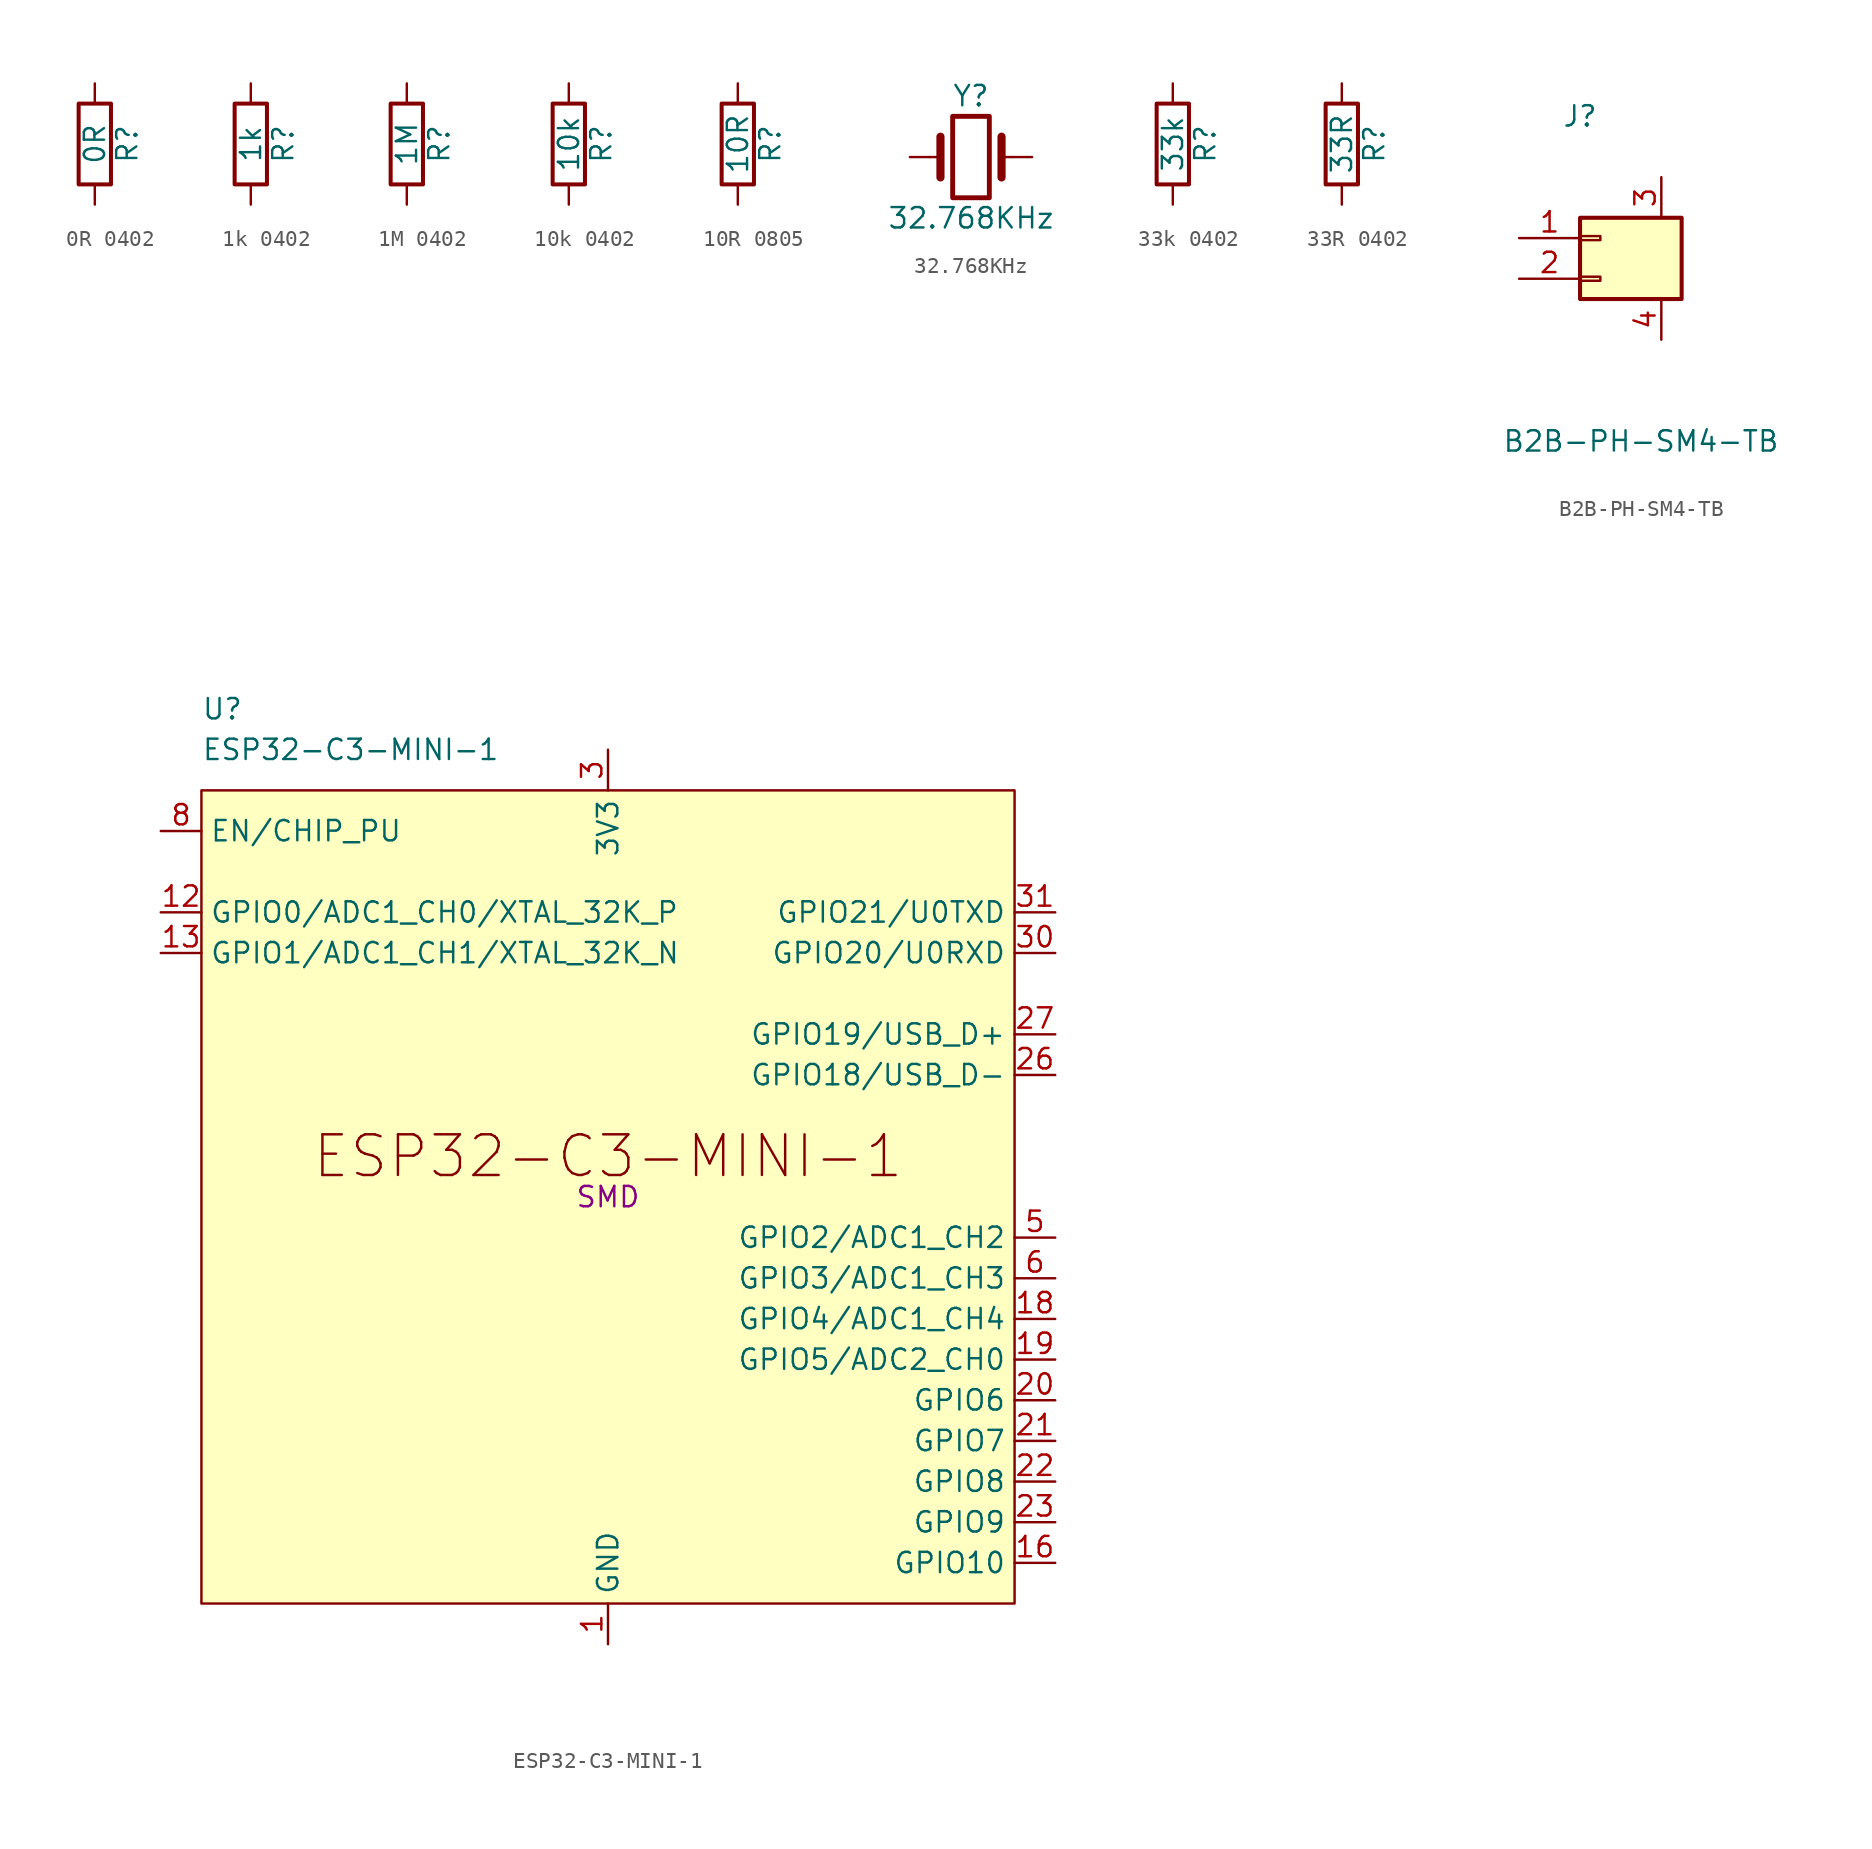
<source format=kicad_sym>
(kicad_symbol_lib
  (version 20231120)
  (generator "kicad_symbol_editor")
  (generator_version "8.0")
  (symbol "0R 0402"
    (pin_numbers hide)
    (pin_names
      (offset 0))
    (property "Reference" "R"
      (at 2.032 0 90)
      (effects (font (size 1.27 1.27))))
    (property "Value" "0R"
      (at 0 0 90)
      (effects (font (size 1.27 1.27))))
    (symbol "0R 0402_0_1"
      (rectangle (start -1.016 -2.54) (end 1.016 2.54) (stroke (width 0.254) (type default)) (fill (type none))))
    (symbol "0R 0402_1_1"
      (pin passive line (at 0 3.81 270) (length 1.27) (name "~" (effects (font (size 1.27 1.27)))) (number "1" (effects (font (size 1.27 1.27)))))
      (pin passive line (at 0 -3.81 90) (length 1.27) (name "~" (effects (font (size 1.27 1.27)))) (number "2" (effects (font (size 1.27 1.27)))))))
  (symbol "1k 0402"
    (pin_numbers hide)
    (pin_names
      (offset 0))
    (property "Reference" "R"
      (at 2.032 0 90)
      (effects (font (size 1.27 1.27))))
    (property "Value" "1k"
      (at 0 0 90)
      (effects (font (size 1.27 1.27))))
    (symbol "1k 0402_0_1"
      (rectangle (start -1.016 -2.54) (end 1.016 2.54) (stroke (width 0.254) (type default)) (fill (type none))))
    (symbol "1k 0402_1_1"
      (pin passive line (at 0 3.81 270) (length 1.27) (name "~" (effects (font (size 1.27 1.27)))) (number "1" (effects (font (size 1.27 1.27)))))
      (pin passive line (at 0 -3.81 90) (length 1.27) (name "~" (effects (font (size 1.27 1.27)))) (number "2" (effects (font (size 1.27 1.27)))))))
  (symbol "1M 0402"
    (pin_numbers hide)
    (pin_names
      (offset 0))
    (property "Reference" "R"
      (at 2.032 0 90)
      (effects (font (size 1.27 1.27))))
    (property "Value" "1M"
      (at 0 0 90)
      (effects (font (size 1.27 1.27))))
    (symbol "1M 0402_0_1"
      (rectangle (start -1.016 -2.54) (end 1.016 2.54) (stroke (width 0.254) (type default)) (fill (type none))))
    (symbol "1M 0402_1_1"
      (pin passive line (at 0 3.81 270) (length 1.27) (name "~" (effects (font (size 1.27 1.27)))) (number "1" (effects (font (size 1.27 1.27)))))
      (pin passive line (at 0 -3.81 90) (length 1.27) (name "~" (effects (font (size 1.27 1.27)))) (number "2" (effects (font (size 1.27 1.27)))))))
  (symbol "10k 0402"
    (pin_numbers hide)
    (pin_names
      (offset 0))
    (property "Reference" "R"
      (at 2.032 0 90)
      (effects (font (size 1.27 1.27))))
    (property "Value" "10k"
      (at 0 0 90)
      (effects (font (size 1.27 1.27))))
    (symbol "10k 0402_0_1"
      (rectangle (start -1.016 -2.54) (end 1.016 2.54) (stroke (width 0.254) (type default)) (fill (type none))))
    (symbol "10k 0402_1_1"
      (pin passive line (at 0 3.81 270) (length 1.27) (name "~" (effects (font (size 1.27 1.27)))) (number "1" (effects (font (size 1.27 1.27)))))
      (pin passive line (at 0 -3.81 90) (length 1.27) (name "~" (effects (font (size 1.27 1.27)))) (number "2" (effects (font (size 1.27 1.27)))))))
  (symbol "10R 0805"
    (pin_numbers hide)
    (pin_names
      (offset 0))
    (property "Reference" "R"
      (at 2.032 0 90)
      (effects (font (size 1.27 1.27))))
    (property "Value" "10R"
      (at 0 0 90)
      (effects (font (size 1.27 1.27))))
    (symbol "10R 0805_0_1"
      (rectangle (start -1.016 -2.54) (end 1.016 2.54) (stroke (width 0.254) (type default)) (fill (type none))))
    (symbol "10R 0805_1_1"
      (pin passive line (at 0 3.81 270) (length 1.27) (name "~" (effects (font (size 1.27 1.27)))) (number "1" (effects (font (size 1.27 1.27)))))
      (pin passive line (at 0 -3.81 90) (length 1.27) (name "~" (effects (font (size 1.27 1.27)))) (number "2" (effects (font (size 1.27 1.27)))))))
  (symbol "32.768KHz"
    (pin_numbers hide)
    (pin_names
      (offset 1.016) hide)
    (property "Reference" "Y"
      (at 0 3.81 0)
      (effects (font (size 1.27 1.27))))
    (property "Value" "32.768KHz"
      (at 0 -3.81 0)
      (effects (font (size 1.27 1.27))))
    (symbol "32.768KHz_0_1"
      (rectangle (start -1.143 2.54) (end 1.143 -2.54) (stroke (width 0.305) (type default)) (fill (type none)))
      (polyline (pts (xy -2.54 0) (xy -1.905 0)) (stroke (width 0) (type default)) (fill (type none)))
      (polyline (pts (xy -1.905 -1.27) (xy -1.905 1.27)) (stroke (width 0.508) (type default)) (fill (type none)))
      (polyline (pts (xy 1.905 -1.27) (xy 1.905 1.27)) (stroke (width 0.508) (type default)) (fill (type none)))
      (polyline (pts (xy 2.54 0) (xy 1.905 0)) (stroke (width 0) (type default)) (fill (type none))))
    (symbol "32.768KHz_1_1"
      (pin passive line (at -3.81 0 0) (length 1.27) (name "1" (effects (font (size 1.27 1.27)))) (number "1" (effects (font (size 1.27 1.27)))))
      (pin passive line (at 3.81 0 180) (length 1.27) (name "2" (effects (font (size 1.27 1.27)))) (number "2" (effects (font (size 1.27 1.27)))))))
  (symbol "33k 0402"
    (pin_numbers hide)
    (pin_names
      (offset 0))
    (property "Reference" "R"
      (at 2.032 0 90)
      (effects (font (size 1.27 1.27))))
    (property "Value" "33k"
      (at 0 0 90)
      (effects (font (size 1.27 1.27))))
    (symbol "33k 0402_0_1"
      (rectangle (start -1.016 -2.54) (end 1.016 2.54) (stroke (width 0.254) (type default)) (fill (type none))))
    (symbol "33k 0402_1_1"
      (pin passive line (at 0 3.81 270) (length 1.27) (name "~" (effects (font (size 1.27 1.27)))) (number "1" (effects (font (size 1.27 1.27)))))
      (pin passive line (at 0 -3.81 90) (length 1.27) (name "~" (effects (font (size 1.27 1.27)))) (number "2" (effects (font (size 1.27 1.27)))))))
  (symbol "33R 0402"
    (pin_numbers hide)
    (pin_names
      (offset 0))
    (property "Reference" "R"
      (at 2.032 0 90)
      (effects (font (size 1.27 1.27))))
    (property "Value" "33R"
      (at 0 0 90)
      (effects (font (size 1.27 1.27))))
    (symbol "33R 0402_0_1"
      (rectangle (start -1.016 -2.54) (end 1.016 2.54) (stroke (width 0.254) (type default)) (fill (type none))))
    (symbol "33R 0402_1_1"
      (pin passive line (at 0 3.81 270) (length 1.27) (name "~" (effects (font (size 1.27 1.27)))) (number "1" (effects (font (size 1.27 1.27)))))
      (pin passive line (at 0 -3.81 90) (length 1.27) (name "~" (effects (font (size 1.27 1.27)))) (number "2" (effects (font (size 1.27 1.27)))))))
  (symbol "B2B-PH-SM4-TB"
    (pin_names
      (offset 1.016) hide)
    (property "Reference" "J"
      (at 0 7.62 0)
      (effects (font (size 1.27 1.27))))
    (property "Value" "B2B-PH-SM4-TB"
      (at 3.81 -12.7 0)
      (effects (font (size 1.27 1.27))))
    (symbol "B2B-PH-SM4-TB_1_1"
      (rectangle (start 0 -2.413) (end 1.27 -2.667) (stroke (width 0.152) (type default)) (fill (type none)))
      (rectangle (start 0 0.127) (end 1.27 -0.127) (stroke (width 0.152) (type default)) (fill (type none)))
      (rectangle (start 0 1.27) (end 6.35 -3.81) (stroke (width 0.254) (type default)) (fill (type background)))
      (pin passive line (at -3.81 0 0) (length 3.81) (name "Pin_1" (effects (font (size 1.27 1.27)))) (number "1" (effects (font (size 1.27 1.27)))))
      (pin passive line (at -3.81 -2.54 0) (length 3.81) (name "Pin_2" (effects (font (size 1.27 1.27)))) (number "2" (effects (font (size 1.27 1.27)))))
      (pin passive line (at 5.08 3.81 270) (length 2.54) (name "3" (effects (font (size 1.27 1.27)))) (number "3" (effects (font (size 1.27 1.27)))))
      (pin passive line (at 5.08 -6.35 90) (length 2.54) (name "4" (effects (font (size 1.27 1.27)))) (number "4" (effects (font (size 1.27 1.27)))))))
  (symbol "ESP32-C3-MINI-1"
    (property "Reference" "U"
      (at -25.4 30.48 0)
      (effects (font (size 1.27 1.27)) (justify left)))
    (property "Value" "ESP32-C3-MINI-1"
      (at -25.4 27.94 0)
      (effects (font (size 1.27 1.27)) (justify left)))
    (property "Type" "SMD"
      (at 0 0 0)
      (effects (font (size 1.27 1.27))))
    (symbol "ESP32-C3-MINI-1_0_0"
      (text "ESP32-C3-MINI-1" (at 0 2.54 0) (effects (font (size 2.54 2.54)))))
    (symbol "ESP32-C3-MINI-1_0_1"
      (rectangle (start -25.4 25.4) (end 25.4 -25.4) (stroke (width 0) (type default)) (fill (type background))))
    (symbol "ESP32-C3-MINI-1_1_1"
      (pin power_in line (at 0 -27.94 90) (length 2.54) (name "GND" (effects (font (size 1.27 1.27)))) (number "1" (effects (font (size 1.27 1.27)))))
      (pin no_connect line (at -25.4 2.54 0) (length 2.54) hide (name "NC" (effects (font (size 1.27 1.27)))) (number "10" (effects (font (size 1.27 1.27)))))
      (pin passive line (at 0 -27.94 90) (length 2.54) hide (name "GND" (effects (font (size 1.27 1.27)))) (number "11" (effects (font (size 1.27 1.27)))))
      (pin bidirectional line (at -27.94 17.78 0) (length 2.54) (name "GPIO0/ADC1_CH0/XTAL_32K_P" (effects (font (size 1.27 1.27)))) (number "12" (effects (font (size 1.27 1.27)))))
      (pin bidirectional line (at -27.94 15.24 0) (length 2.54) (name "GPIO1/ADC1_CH1/XTAL_32K_N" (effects (font (size 1.27 1.27)))) (number "13" (effects (font (size 1.27 1.27)))))
      (pin passive line (at 0 -27.94 90) (length 2.54) hide (name "GND" (effects (font (size 1.27 1.27)))) (number "14" (effects (font (size 1.27 1.27)))))
      (pin no_connect line (at -25.4 0 0) (length 2.54) hide (name "NC" (effects (font (size 1.27 1.27)))) (number "15" (effects (font (size 1.27 1.27)))))
      (pin bidirectional line (at 27.94 -22.86 180) (length 2.54) (name "GPIO10" (effects (font (size 1.27 1.27)))) (number "16" (effects (font (size 1.27 1.27)))))
      (pin no_connect line (at -25.4 -2.54 0) (length 2.54) hide (name "NC" (effects (font (size 1.27 1.27)))) (number "17" (effects (font (size 1.27 1.27)))))
      (pin bidirectional line (at 27.94 -7.62 180) (length 2.54) (name "GPIO4/ADC1_CH4" (effects (font (size 1.27 1.27)))) (number "18" (effects (font (size 1.27 1.27)))))
      (pin bidirectional line (at 27.94 -10.16 180) (length 2.54) (name "GPIO5/ADC2_CH0" (effects (font (size 1.27 1.27)))) (number "19" (effects (font (size 1.27 1.27)))))
      (pin passive line (at 0 -27.94 90) (length 2.54) hide (name "GND" (effects (font (size 1.27 1.27)))) (number "2" (effects (font (size 1.27 1.27)))))
      (pin bidirectional line (at 27.94 -12.7 180) (length 2.54) (name "GPIO6" (effects (font (size 1.27 1.27)))) (number "20" (effects (font (size 1.27 1.27)))))
      (pin bidirectional line (at 27.94 -15.24 180) (length 2.54) (name "GPIO7" (effects (font (size 1.27 1.27)))) (number "21" (effects (font (size 1.27 1.27)))))
      (pin bidirectional line (at 27.94 -17.78 180) (length 2.54) (name "GPIO8" (effects (font (size 1.27 1.27)))) (number "22" (effects (font (size 1.27 1.27)))))
      (pin bidirectional line (at 27.94 -20.32 180) (length 2.54) (name "GPIO9" (effects (font (size 1.27 1.27)))) (number "23" (effects (font (size 1.27 1.27)))))
      (pin no_connect line (at -25.4 -5.08 0) (length 2.54) hide (name "NC" (effects (font (size 1.27 1.27)))) (number "24" (effects (font (size 1.27 1.27)))))
      (pin no_connect line (at -25.4 -7.62 0) (length 2.54) hide (name "NC" (effects (font (size 1.27 1.27)))) (number "25" (effects (font (size 1.27 1.27)))))
      (pin bidirectional line (at 27.94 7.62 180) (length 2.54) (name "GPIO18/USB_D-" (effects (font (size 1.27 1.27)))) (number "26" (effects (font (size 1.27 1.27)))))
      (pin bidirectional line (at 27.94 10.16 180) (length 2.54) (name "GPIO19/USB_D+" (effects (font (size 1.27 1.27)))) (number "27" (effects (font (size 1.27 1.27)))))
      (pin no_connect line (at -25.4 -10.16 0) (length 2.54) hide (name "NC" (effects (font (size 1.27 1.27)))) (number "28" (effects (font (size 1.27 1.27)))))
      (pin no_connect line (at -25.4 -12.7 0) (length 2.54) hide (name "NC" (effects (font (size 1.27 1.27)))) (number "29" (effects (font (size 1.27 1.27)))))
      (pin power_in line (at 0 27.94 270) (length 2.54) (name "3V3" (effects (font (size 1.27 1.27)))) (number "3" (effects (font (size 1.27 1.27)))))
      (pin bidirectional line (at 27.94 15.24 180) (length 2.54) (name "GPIO20/U0RXD" (effects (font (size 1.27 1.27)))) (number "30" (effects (font (size 1.27 1.27)))))
      (pin bidirectional line (at 27.94 17.78 180) (length 2.54) (name "GPIO21/U0TXD" (effects (font (size 1.27 1.27)))) (number "31" (effects (font (size 1.27 1.27)))))
      (pin no_connect line (at -25.4 -15.24 0) (length 2.54) hide (name "NC" (effects (font (size 1.27 1.27)))) (number "32" (effects (font (size 1.27 1.27)))))
      (pin no_connect line (at -25.4 -17.78 0) (length 2.54) hide (name "NC" (effects (font (size 1.27 1.27)))) (number "33" (effects (font (size 1.27 1.27)))))
      (pin no_connect line (at -25.4 -20.32 0) (length 2.54) hide (name "NC" (effects (font (size 1.27 1.27)))) (number "34" (effects (font (size 1.27 1.27)))))
      (pin no_connect line (at -25.4 -22.86 0) (length 2.54) hide (name "NC" (effects (font (size 1.27 1.27)))) (number "35" (effects (font (size 1.27 1.27)))))
      (pin passive line (at 0 -27.94 90) (length 2.54) hide (name "GND" (effects (font (size 1.27 1.27)))) (number "36" (effects (font (size 1.27 1.27)))))
      (pin passive line (at 0 -27.94 90) (length 2.54) hide (name "GND" (effects (font (size 1.27 1.27)))) (number "37" (effects (font (size 1.27 1.27)))))
      (pin passive line (at 0 -27.94 90) (length 2.54) hide (name "GND" (effects (font (size 1.27 1.27)))) (number "38" (effects (font (size 1.27 1.27)))))
      (pin passive line (at 0 -27.94 90) (length 2.54) hide (name "GND" (effects (font (size 1.27 1.27)))) (number "39" (effects (font (size 1.27 1.27)))))
      (pin no_connect line (at -25.4 10.16 0) (length 2.54) hide (name "NC" (effects (font (size 1.27 1.27)))) (number "4" (effects (font (size 1.27 1.27)))))
      (pin passive line (at 0 -27.94 90) (length 2.54) hide (name "GND" (effects (font (size 1.27 1.27)))) (number "40" (effects (font (size 1.27 1.27)))))
      (pin passive line (at 0 -27.94 90) (length 2.54) hide (name "GND" (effects (font (size 1.27 1.27)))) (number "41" (effects (font (size 1.27 1.27)))))
      (pin passive line (at 0 -27.94 90) (length 2.54) hide (name "GND" (effects (font (size 1.27 1.27)))) (number "42" (effects (font (size 1.27 1.27)))))
      (pin passive line (at 0 -27.94 90) (length 2.54) hide (name "GND" (effects (font (size 1.27 1.27)))) (number "43" (effects (font (size 1.27 1.27)))))
      (pin passive line (at 0 -27.94 90) (length 2.54) hide (name "GND" (effects (font (size 1.27 1.27)))) (number "44" (effects (font (size 1.27 1.27)))))
      (pin passive line (at 0 -27.94 90) (length 2.54) hide (name "GND" (effects (font (size 1.27 1.27)))) (number "45" (effects (font (size 1.27 1.27)))))
      (pin passive line (at 0 -27.94 90) (length 2.54) hide (name "GND" (effects (font (size 1.27 1.27)))) (number "46" (effects (font (size 1.27 1.27)))))
      (pin passive line (at 0 -27.94 90) (length 2.54) hide (name "GND" (effects (font (size 1.27 1.27)))) (number "47" (effects (font (size 1.27 1.27)))))
      (pin passive line (at 0 -27.94 90) (length 2.54) hide (name "GND" (effects (font (size 1.27 1.27)))) (number "48" (effects (font (size 1.27 1.27)))))
      (pin passive line (at 0 -27.94 90) (length 2.54) hide (name "GND" (effects (font (size 1.27 1.27)))) (number "49" (effects (font (size 1.27 1.27)))))
      (pin bidirectional line (at 27.94 -2.54 180) (length 2.54) (name "GPIO2/ADC1_CH2" (effects (font (size 1.27 1.27)))) (number "5" (effects (font (size 1.27 1.27)))))
      (pin passive line (at 0 -27.94 90) (length 2.54) hide (name "GND" (effects (font (size 1.27 1.27)))) (number "50" (effects (font (size 1.27 1.27)))))
      (pin passive line (at 0 -27.94 90) (length 2.54) hide (name "GND" (effects (font (size 1.27 1.27)))) (number "51" (effects (font (size 1.27 1.27)))))
      (pin passive line (at 0 -27.94 90) (length 2.54) hide (name "GND" (effects (font (size 1.27 1.27)))) (number "52" (effects (font (size 1.27 1.27)))))
      (pin passive line (at 0 -27.94 90) (length 2.54) hide (name "GND" (effects (font (size 1.27 1.27)))) (number "53" (effects (font (size 1.27 1.27)))))
      (pin bidirectional line (at 27.94 -5.08 180) (length 2.54) (name "GPIO3/ADC1_CH3" (effects (font (size 1.27 1.27)))) (number "6" (effects (font (size 1.27 1.27)))))
      (pin no_connect line (at -25.4 7.62 0) (length 2.54) hide (name "NC" (effects (font (size 1.27 1.27)))) (number "7" (effects (font (size 1.27 1.27)))))
      (pin input line (at -27.94 22.86 0) (length 2.54) (name "EN/CHIP_PU" (effects (font (size 1.27 1.27)))) (number "8" (effects (font (size 1.27 1.27)))))
      (pin no_connect line (at -25.4 5.08 0) (length 2.54) hide (name "NC" (effects (font (size 1.27 1.27)))) (number "9" (effects (font (size 1.27 1.27))))))))
</source>
